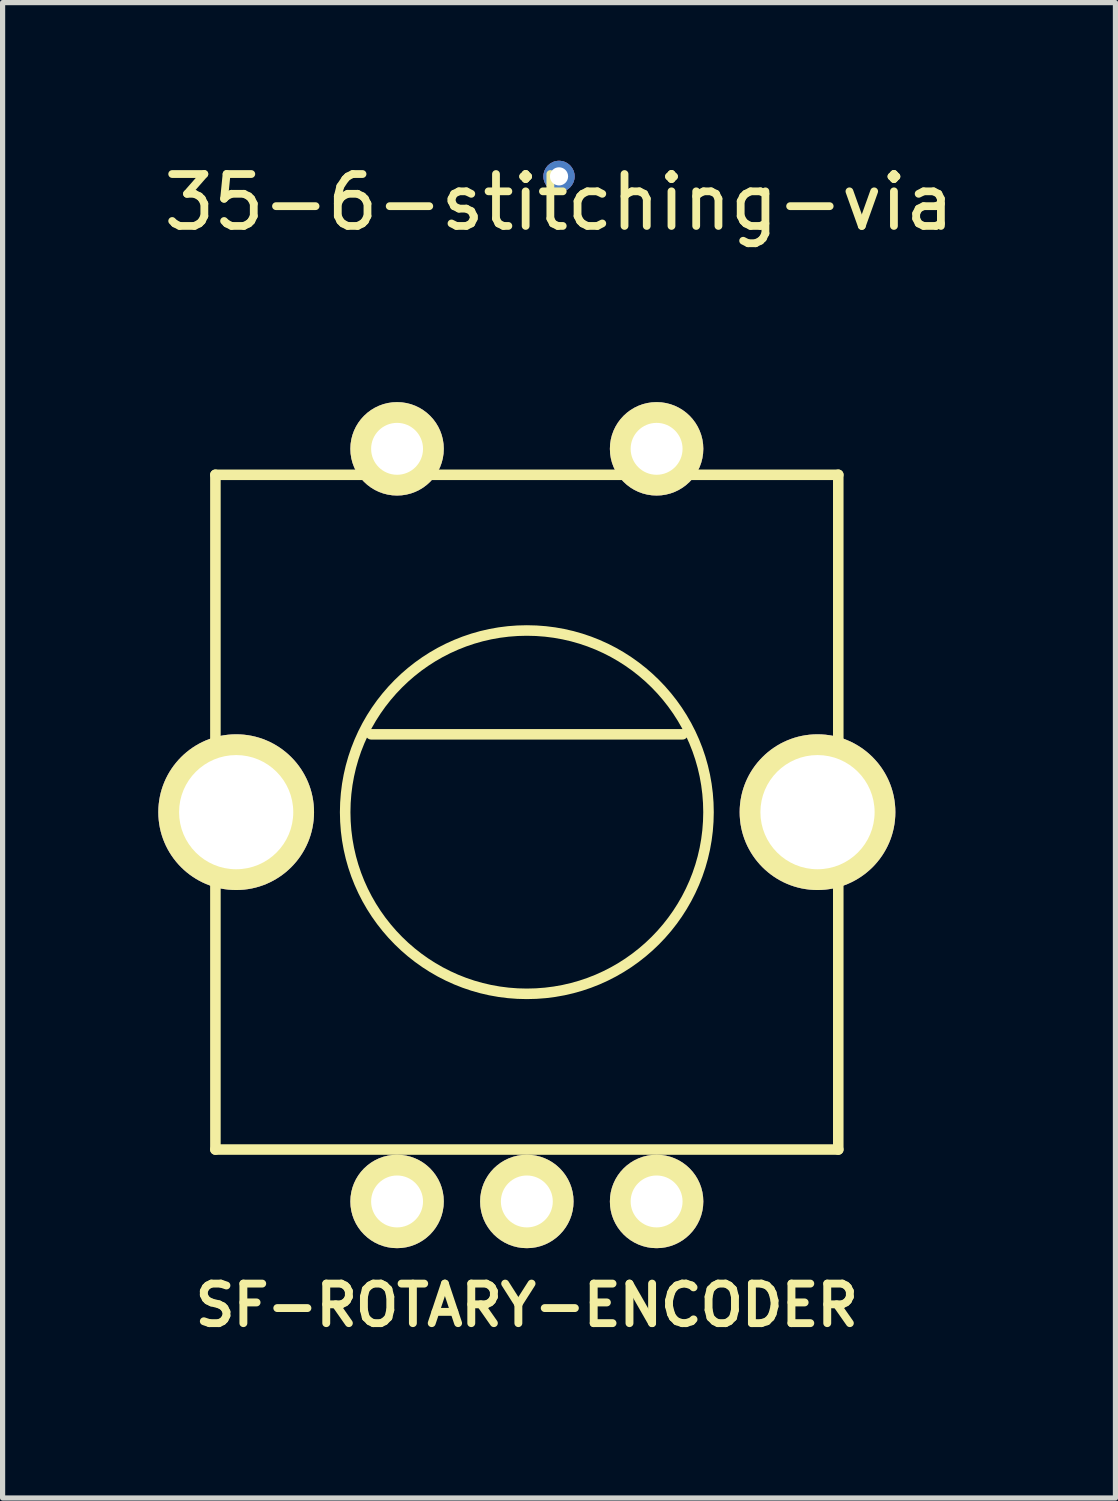
<source format=kicad_pcb>
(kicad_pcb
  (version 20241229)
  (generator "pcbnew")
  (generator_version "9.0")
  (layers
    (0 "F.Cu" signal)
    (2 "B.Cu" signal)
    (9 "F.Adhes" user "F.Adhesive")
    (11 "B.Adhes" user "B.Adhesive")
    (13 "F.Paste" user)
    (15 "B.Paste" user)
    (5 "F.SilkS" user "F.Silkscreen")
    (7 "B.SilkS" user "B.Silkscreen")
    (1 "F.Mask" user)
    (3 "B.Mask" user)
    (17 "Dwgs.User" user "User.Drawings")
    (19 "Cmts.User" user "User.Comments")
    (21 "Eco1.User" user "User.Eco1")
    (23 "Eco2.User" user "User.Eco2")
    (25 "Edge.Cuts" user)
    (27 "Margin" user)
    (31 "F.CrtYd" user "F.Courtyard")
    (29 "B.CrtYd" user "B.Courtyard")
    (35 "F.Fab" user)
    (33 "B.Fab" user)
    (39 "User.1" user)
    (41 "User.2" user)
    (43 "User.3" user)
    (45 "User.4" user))
  (footprint "SF-ROTARY-ENCODER"
    (layer "F.Cu")
    (at 7.1 12.597)
    (property "Reference" "SF-ROTARY-ENCODER" (at 0 9.5 0) (layer "F.SilkS") (effects (font (size 0.762 0.762) (thickness 0.152))))
    (attr through_hole)
    (fp_line (start -6 -6.5) (end 6 -6.5) (stroke (width 0.203) (type solid)) (layer "F.SilkS"))
    (fp_line (start -6 6.5) (end -6 -6.5) (stroke (width 0.203) (type solid)) (layer "F.SilkS"))
    (fp_line (start 3 -1.5) (end -3 -1.5) (stroke (width 0.203) (type solid)) (layer "F.SilkS"))
    (fp_line (start 6 -6.5) (end 6 6.5) (stroke (width 0.203) (type solid)) (layer "F.SilkS"))
    (fp_line (start 6 6.5) (end -6 6.5) (stroke (width 0.203) (type solid)) (layer "F.SilkS"))
    (fp_circle (center 0 0) (end 3.5 0) (stroke (width 0.203) (type solid)) (fill no) (layer "F.SilkS"))
    (pad "" thru_hole circle (at -5.6 0) (size 3 3) (drill 2.2) (layers "*.Cu" "*.Mask" "F.SilkS"))
    (pad "" thru_hole circle (at 5.6 0) (size 3 3) (drill 2.2) (layers "*.Cu" "*.Mask" "F.SilkS"))
    (pad "1" thru_hole circle (at -2.5 -7) (size 1.8 1.8) (drill 1) (layers "*.Cu" "*.Mask" "F.SilkS"))
    (pad "2" thru_hole circle (at -2.5 7.5) (size 1.8 1.8) (drill 1) (layers "*.Cu" "*.Mask" "F.SilkS"))
    (pad "3" thru_hole circle (at 0 7.5) (size 1.8 1.8) (drill 1) (layers "*.Cu" "*.Mask" "F.SilkS"))
    (pad "4" thru_hole circle (at 2.5 7.5) (size 1.8 1.8) (drill 1) (layers "*.Cu" "*.Mask" "F.SilkS"))
    (pad "5" thru_hole circle (at 2.5 -7) (size 1.8 1.8) (drill 1) (layers "*.Cu" "*.Mask" "F.SilkS")))
  (footprint "35-6-stitching-via"
    (layer "F.Cu")
    (at 7.72 0.348)
    (property "Reference" "35-6-stitching-via" (at 0 0.5 0) (layer "F.SilkS") (effects (font (size 1 1) (thickness 0.15))))
    (attr through_hole)
    (pad "1" thru_hole circle (at 0 0) (size 0.6 0.6) (drill 0.35) (layers "*.Cu"))
    (pad "2" smd circle (at 0 0) (size 0.6 0.6) (layers "F.Cu"))
    (pad "3" smd circle (at 0 0) (size 0.6 0.6) (layers "B.Cu")))
  (gr_rect
    (start -3 -3)
    (end 18.44 25.81)
    (stroke (width 0.1) (type default))
    (fill no)
    (layer "Edge.Cuts")))
</source>
